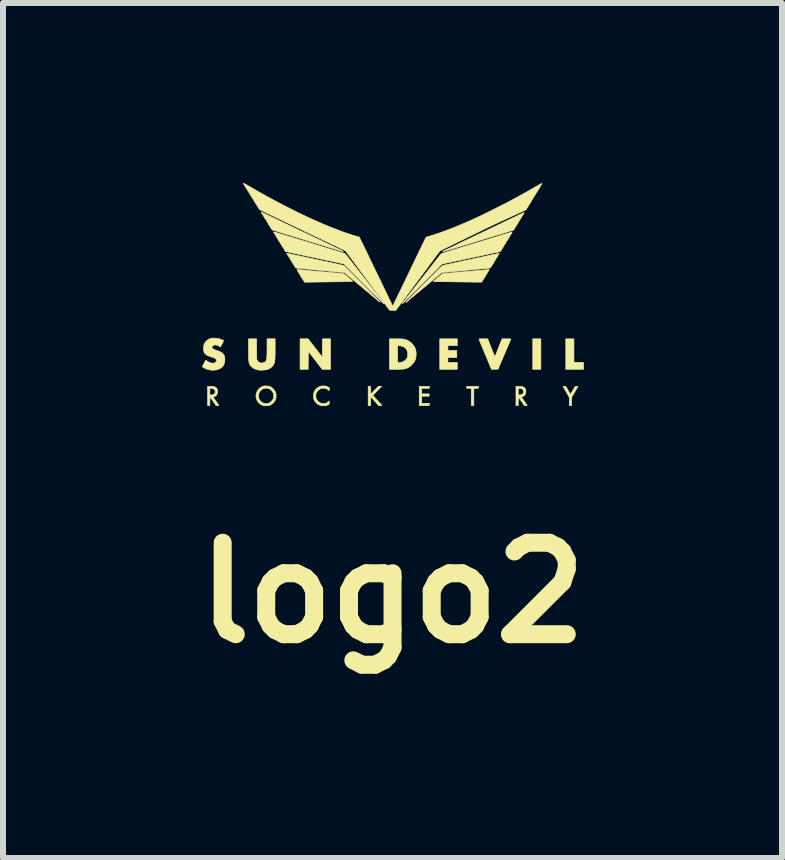
<source format=kicad_pcb>
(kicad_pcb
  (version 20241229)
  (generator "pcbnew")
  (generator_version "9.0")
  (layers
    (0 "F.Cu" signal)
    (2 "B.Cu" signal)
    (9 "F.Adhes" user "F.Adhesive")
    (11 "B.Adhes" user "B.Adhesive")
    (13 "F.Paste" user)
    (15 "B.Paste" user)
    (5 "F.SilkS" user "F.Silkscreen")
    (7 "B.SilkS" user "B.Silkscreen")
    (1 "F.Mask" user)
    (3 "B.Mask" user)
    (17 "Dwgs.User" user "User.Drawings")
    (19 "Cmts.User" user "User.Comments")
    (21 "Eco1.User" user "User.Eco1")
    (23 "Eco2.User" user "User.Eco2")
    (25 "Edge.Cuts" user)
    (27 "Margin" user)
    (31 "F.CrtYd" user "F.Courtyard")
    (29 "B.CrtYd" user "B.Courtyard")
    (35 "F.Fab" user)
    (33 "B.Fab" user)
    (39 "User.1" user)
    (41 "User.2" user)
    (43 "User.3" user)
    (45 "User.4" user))
  (footprint "logo2"
    (layer "F.Cu")
    (at 3.491 1.749)
    (property "Reference" "logo2" (at 0 5.08 0) (layer "F.SilkS") (effects (font (size 1.524 1.524) (thickness 0.3))))
    (attr through_hole)
    (fp_poly (pts (xy 2.472 1.355) (xy 2.337 1.355) (xy 2.337 0.847) (xy 2.472 0.847) (xy 2.472 1.355)) (stroke (width 0.01) (type solid)) (fill yes) (layer "F.SilkS"))
    (fp_poly (pts (xy 3.023 1.24) (xy 3.183 1.24) (xy 3.183 1.355) (xy 2.887 1.355) (xy 2.887 0.847) (xy 3.023 0.847) (xy 3.023 1.24)) (stroke (width 0.01) (type solid)) (fill yes) (layer "F.SilkS"))
    (fp_poly (pts (xy 1.431 1.672) (xy 1.355 1.672) (xy 1.355 1.96) (xy 1.312 1.96) (xy 1.312 1.672) (xy 1.236 1.672) (xy 1.236 1.638) (xy 1.431 1.638) (xy 1.431 1.672)) (stroke (width 0.01) (type solid)) (fill yes) (layer "F.SilkS"))
    (fp_poly (pts (xy 0.614 1.672) (xy 0.487 1.672) (xy 0.487 1.765) (xy 0.61 1.765) (xy 0.61 1.803) (xy 0.487 1.803) (xy 0.487 1.922) (xy 0.614 1.922) (xy 0.614 1.96) (xy 0.445 1.96) (xy 0.445 1.638) (xy 0.614 1.638) (xy 0.614 1.672)) (stroke (width 0.01) (type solid)) (fill yes) (layer "F.SilkS"))
    (fp_poly (pts (xy 1.079 0.961) (xy 0.923 0.961) (xy 0.923 1.041) (xy 1.071 1.041) (xy 1.071 1.16) (xy 0.923 1.16) (xy 0.923 1.24) (xy 1.079 1.24) (xy 1.079 1.355) (xy 0.787 1.355) (xy 0.787 0.847) (xy 1.079 0.847) (xy 1.079 0.961)) (stroke (width 0.01) (type solid)) (fill yes) (layer "F.SilkS"))
    (fp_poly (pts (xy -1.289 0.999) (xy -1.171 1.151) (xy -1.169 0.999) (xy -1.168 0.847) (xy -1.033 0.847) (xy -1.033 1.355) (xy -1.171 1.355) (xy -1.287 1.205) (xy -1.403 1.055) (xy -1.404 1.205) (xy -1.406 1.355) (xy -1.541 1.355) (xy -1.541 0.847) (xy -1.407 0.847) (xy -1.289 0.999)) (stroke (width 0.01) (type solid)) (fill yes) (layer "F.SilkS"))
    (fp_poly (pts (xy -0.364 1.767) (xy -0.235 1.638) (xy -0.18 1.638) (xy -0.255 1.713) (xy -0.329 1.789) (xy -0.254 1.871) (xy -0.234 1.893) (xy -0.215 1.913) (xy -0.2 1.931) (xy -0.188 1.944) (xy -0.181 1.953) (xy -0.178 1.957) (xy -0.182 1.958) (xy -0.192 1.96) (xy -0.204 1.96) (xy -0.231 1.96) (xy -0.294 1.888) (xy -0.313 1.867) (xy -0.329 1.849) (xy -0.343 1.834) (xy -0.354 1.823) (xy -0.36 1.817) (xy -0.361 1.816) (xy -0.362 1.82) (xy -0.363 1.831) (xy -0.364 1.848) (xy -0.364 1.869) (xy -0.364 1.888) (xy -0.364 1.96) (xy -0.406 1.96) (xy -0.406 1.638) (xy -0.364 1.638) (xy -0.364 1.767)) (stroke (width 0.01) (type solid)) (fill yes) (layer "F.SilkS"))
    (fp_poly (pts (xy 2.877 1.639) (xy 2.883 1.64) (xy 2.888 1.644) (xy 2.894 1.651) (xy 2.901 1.663) (xy 2.911 1.679) (xy 2.923 1.702) (xy 2.93 1.713) (xy 2.943 1.736) (xy 2.952 1.752) (xy 2.959 1.762) (xy 2.964 1.767) (xy 2.967 1.769) (xy 2.969 1.767) (xy 2.97 1.767) (xy 2.973 1.76) (xy 2.98 1.748) (xy 2.99 1.732) (xy 3.001 1.712) (xy 3.008 1.7) (xy 3.019 1.68) (xy 3.03 1.663) (xy 3.038 1.65) (xy 3.044 1.641) (xy 3.046 1.64) (xy 3.053 1.639) (xy 3.065 1.639) (xy 3.071 1.639) (xy 3.09 1.64) (xy 3.037 1.731) (xy 2.985 1.822) (xy 2.985 1.891) (xy 2.985 1.96) (xy 2.946 1.96) (xy 2.946 1.824) (xy 2.894 1.732) (xy 2.841 1.64) (xy 2.863 1.639) (xy 2.871 1.639) (xy 2.877 1.639)) (stroke (width 0.01) (type solid)) (fill yes) (layer "F.SilkS"))
    (fp_poly (pts (xy 1.926 0.847) (xy 1.945 0.847) (xy 1.958 0.848) (xy 1.966 0.848) (xy 1.97 0.85) (xy 1.971 0.852) (xy 1.971 0.854) (xy 1.969 0.859) (xy 1.964 0.871) (xy 1.956 0.89) (xy 1.946 0.914) (xy 1.933 0.944) (xy 1.919 0.978) (xy 1.903 1.015) (xy 1.885 1.056) (xy 1.867 1.098) (xy 1.863 1.107) (xy 1.758 1.353) (xy 1.649 1.355) (xy 1.545 1.107) (xy 1.527 1.064) (xy 1.51 1.023) (xy 1.494 0.984) (xy 1.479 0.95) (xy 1.467 0.919) (xy 1.456 0.894) (xy 1.448 0.874) (xy 1.443 0.86) (xy 1.44 0.854) (xy 1.44 0.853) (xy 1.441 0.851) (xy 1.444 0.849) (xy 1.451 0.848) (xy 1.463 0.847) (xy 1.481 0.847) (xy 1.507 0.847) (xy 1.512 0.847) (xy 1.585 0.847) (xy 1.645 0.997) (xy 1.658 1.03) (xy 1.67 1.061) (xy 1.681 1.088) (xy 1.691 1.111) (xy 1.698 1.128) (xy 1.704 1.139) (xy 1.706 1.144) (xy 1.706 1.144) (xy 1.708 1.139) (xy 1.713 1.128) (xy 1.72 1.11) (xy 1.73 1.088) (xy 1.74 1.06) (xy 1.753 1.03) (xy 1.766 0.997) (xy 1.767 0.994) (xy 1.825 0.847) (xy 1.899 0.847) (xy 1.926 0.847)) (stroke (width 0.01) (type solid)) (fill yes) (layer "F.SilkS"))
    (fp_poly (pts (xy 2.109 1.639) (xy 2.132 1.64) (xy 2.149 1.641) (xy 2.161 1.643) (xy 2.171 1.646) (xy 2.181 1.651) (xy 2.182 1.651) (xy 2.202 1.665) (xy 2.215 1.684) (xy 2.221 1.708) (xy 2.222 1.725) (xy 2.219 1.754) (xy 2.209 1.778) (xy 2.193 1.796) (xy 2.17 1.81) (xy 2.166 1.811) (xy 2.147 1.818) (xy 2.195 1.886) (xy 2.21 1.907) (xy 2.223 1.926) (xy 2.234 1.941) (xy 2.241 1.952) (xy 2.244 1.957) (xy 2.244 1.957) (xy 2.24 1.959) (xy 2.23 1.959) (xy 2.22 1.959) (xy 2.196 1.958) (xy 2.149 1.889) (xy 2.134 1.868) (xy 2.121 1.85) (xy 2.11 1.835) (xy 2.103 1.825) (xy 2.099 1.821) (xy 2.099 1.82) (xy 2.098 1.824) (xy 2.097 1.835) (xy 2.096 1.852) (xy 2.096 1.873) (xy 2.095 1.89) (xy 2.095 1.96) (xy 2.057 1.96) (xy 2.057 1.782) (xy 2.095 1.782) (xy 2.118 1.782) (xy 2.135 1.781) (xy 2.151 1.776) (xy 2.155 1.775) (xy 2.17 1.763) (xy 2.18 1.746) (xy 2.183 1.726) (xy 2.182 1.722) (xy 2.178 1.703) (xy 2.17 1.691) (xy 2.156 1.682) (xy 2.137 1.676) (xy 2.121 1.674) (xy 2.095 1.671) (xy 2.095 1.782) (xy 2.057 1.782) (xy 2.057 1.637) (xy 2.109 1.639)) (stroke (width 0.01) (type solid)) (fill yes) (layer "F.SilkS"))
    (fp_poly (pts (xy 0.056 0.847) (xy 0.096 0.847) (xy 0.129 0.848) (xy 0.157 0.849) (xy 0.179 0.851) (xy 0.199 0.855) (xy 0.216 0.859) (xy 0.233 0.865) (xy 0.25 0.873) (xy 0.257 0.876) (xy 0.293 0.899) (xy 0.326 0.928) (xy 0.353 0.962) (xy 0.375 0.999) (xy 0.387 1.035) (xy 0.39 1.052) (xy 0.393 1.074) (xy 0.394 1.097) (xy 0.394 1.102) (xy 0.391 1.145) (xy 0.384 1.182) (xy 0.37 1.216) (xy 0.349 1.248) (xy 0.321 1.279) (xy 0.32 1.281) (xy 0.292 1.306) (xy 0.266 1.324) (xy 0.258 1.328) (xy 0.243 1.336) (xy 0.228 1.341) (xy 0.214 1.346) (xy 0.199 1.349) (xy 0.181 1.352) (xy 0.159 1.353) (xy 0.132 1.354) (xy 0.099 1.355) (xy 0.065 1.355) (xy -0.051 1.355) (xy -0.051 1.241) (xy 0.085 1.241) (xy 0.121 1.24) (xy 0.141 1.238) (xy 0.157 1.235) (xy 0.171 1.23) (xy 0.185 1.223) (xy 0.212 1.205) (xy 0.233 1.182) (xy 0.246 1.155) (xy 0.253 1.122) (xy 0.254 1.103) (xy 0.25 1.068) (xy 0.24 1.037) (xy 0.223 1.01) (xy 0.2 0.989) (xy 0.196 0.986) (xy 0.18 0.977) (xy 0.164 0.971) (xy 0.145 0.966) (xy 0.121 0.963) (xy 0.115 0.963) (xy 0.085 0.96) (xy 0.085 1.241) (xy -0.051 1.241) (xy -0.051 0.847) (xy 0.056 0.847)) (stroke (width 0.01) (type solid)) (fill yes) (layer "F.SilkS"))
    (fp_poly (pts (xy -2.264 1.017) (xy -2.263 1.188) (xy -2.252 1.208) (xy -2.238 1.228) (xy -2.219 1.241) (xy -2.195 1.248) (xy -2.178 1.249) (xy -2.158 1.247) (xy -2.142 1.242) (xy -2.136 1.239) (xy -2.126 1.233) (xy -2.118 1.226) (xy -2.111 1.217) (xy -2.105 1.207) (xy -2.101 1.193) (xy -2.097 1.176) (xy -2.095 1.154) (xy -2.093 1.126) (xy -2.092 1.093) (xy -2.092 1.053) (xy -2.091 1.005) (xy -2.091 0.998) (xy -2.091 0.847) (xy -1.956 0.847) (xy -1.956 1.004) (xy -1.956 1.055) (xy -1.956 1.099) (xy -1.957 1.135) (xy -1.958 1.166) (xy -1.96 1.191) (xy -1.962 1.212) (xy -1.965 1.229) (xy -1.968 1.244) (xy -1.972 1.257) (xy -1.973 1.259) (xy -1.988 1.287) (xy -2.009 1.312) (xy -2.036 1.334) (xy -2.068 1.351) (xy -2.097 1.361) (xy -2.118 1.365) (xy -2.144 1.368) (xy -2.172 1.369) (xy -2.199 1.37) (xy -2.222 1.368) (xy -2.227 1.368) (xy -2.269 1.358) (xy -2.307 1.343) (xy -2.338 1.323) (xy -2.364 1.298) (xy -2.382 1.268) (xy -2.383 1.265) (xy -2.387 1.255) (xy -2.391 1.244) (xy -2.393 1.231) (xy -2.395 1.216) (xy -2.397 1.197) (xy -2.398 1.173) (xy -2.399 1.145) (xy -2.4 1.111) (xy -2.4 1.069) (xy -2.4 1.021) (xy -2.4 1.019) (xy -2.4 0.847) (xy -2.265 0.847) (xy -2.264 1.017)) (stroke (width 0.01) (type solid)) (fill yes) (layer "F.SilkS"))
    (fp_poly (pts (xy -3 1.64) (xy -2.971 1.645) (xy -2.949 1.654) (xy -2.933 1.668) (xy -2.922 1.685) (xy -2.917 1.702) (xy -2.915 1.73) (xy -2.919 1.756) (xy -2.929 1.779) (xy -2.945 1.798) (xy -2.966 1.81) (xy -2.977 1.814) (xy -2.985 1.817) (xy -2.989 1.819) (xy -2.986 1.823) (xy -2.98 1.833) (xy -2.97 1.847) (xy -2.957 1.865) (xy -2.943 1.885) (xy -2.943 1.885) (xy -2.928 1.906) (xy -2.915 1.924) (xy -2.905 1.939) (xy -2.897 1.95) (xy -2.894 1.955) (xy -2.894 1.958) (xy -2.901 1.959) (xy -2.914 1.96) (xy -2.916 1.96) (xy -2.94 1.96) (xy -2.988 1.89) (xy -3.003 1.869) (xy -3.017 1.85) (xy -3.028 1.835) (xy -3.036 1.825) (xy -3.04 1.82) (xy -3.04 1.82) (xy -3.041 1.824) (xy -3.042 1.835) (xy -3.043 1.852) (xy -3.044 1.873) (xy -3.044 1.89) (xy -3.044 1.96) (xy -3.082 1.96) (xy -3.082 1.782) (xy -3.044 1.782) (xy -3.023 1.782) (xy -3.006 1.781) (xy -2.989 1.777) (xy -2.984 1.775) (xy -2.969 1.765) (xy -2.959 1.751) (xy -2.954 1.734) (xy -2.956 1.717) (xy -2.963 1.7) (xy -2.974 1.687) (xy -2.991 1.678) (xy -2.993 1.678) (xy -3.009 1.675) (xy -3.025 1.673) (xy -3.028 1.673) (xy -3.044 1.672) (xy -3.044 1.782) (xy -3.082 1.782) (xy -3.082 1.638) (xy -3.035 1.638) (xy -3 1.64)) (stroke (width 0.01) (type solid)) (fill yes) (layer "F.SilkS"))
    (fp_poly (pts (xy -1.129 1.633) (xy -1.115 1.634) (xy -1.103 1.637) (xy -1.09 1.643) (xy -1.082 1.646) (xy -1.054 1.66) (xy -1.054 1.685) (xy -1.055 1.701) (xy -1.057 1.708) (xy -1.061 1.709) (xy -1.068 1.703) (xy -1.069 1.701) (xy -1.084 1.69) (xy -1.104 1.679) (xy -1.127 1.672) (xy -1.145 1.669) (xy -1.175 1.671) (xy -1.204 1.68) (xy -1.23 1.697) (xy -1.252 1.719) (xy -1.268 1.746) (xy -1.269 1.747) (xy -1.274 1.761) (xy -1.277 1.773) (xy -1.278 1.787) (xy -1.278 1.803) (xy -1.275 1.829) (xy -1.268 1.85) (xy -1.257 1.869) (xy -1.246 1.883) (xy -1.224 1.904) (xy -1.201 1.917) (xy -1.173 1.924) (xy -1.162 1.925) (xy -1.133 1.925) (xy -1.109 1.919) (xy -1.085 1.907) (xy -1.073 1.898) (xy -1.054 1.884) (xy -1.055 1.91) (xy -1.056 1.937) (xy -1.081 1.949) (xy -1.095 1.956) (xy -1.107 1.96) (xy -1.122 1.962) (xy -1.141 1.963) (xy -1.144 1.963) (xy -1.169 1.963) (xy -1.189 1.961) (xy -1.2 1.959) (xy -1.236 1.943) (xy -1.267 1.92) (xy -1.291 1.892) (xy -1.306 1.867) (xy -1.312 1.852) (xy -1.316 1.839) (xy -1.318 1.826) (xy -1.319 1.808) (xy -1.319 1.801) (xy -1.316 1.763) (xy -1.306 1.73) (xy -1.289 1.7) (xy -1.265 1.674) (xy -1.251 1.663) (xy -1.228 1.648) (xy -1.205 1.638) (xy -1.179 1.633) (xy -1.149 1.632) (xy -1.129 1.633)) (stroke (width 0.01) (type solid)) (fill yes) (layer "F.SilkS"))
    (fp_poly (pts (xy -1.574 -0.308) (xy -1.563 -0.306) (xy -1.545 -0.305) (xy -1.524 -0.303) (xy -1.501 -0.301) (xy -1.499 -0.301) (xy -1.473 -0.299) (xy -1.446 -0.296) (xy -1.422 -0.294) (xy -1.403 -0.292) (xy -1.383 -0.29) (xy -1.358 -0.287) (xy -1.331 -0.285) (xy -1.312 -0.284) (xy -1.277 -0.281) (xy -1.234 -0.277) (xy -1.185 -0.273) (xy -1.131 -0.268) (xy -1.073 -0.263) (xy -1.046 -0.261) (xy -1.016 -0.258) (xy -0.982 -0.255) (xy -0.946 -0.252) (xy -0.912 -0.249) (xy -0.899 -0.248) (xy -0.873 -0.245) (xy -0.851 -0.243) (xy -0.832 -0.241) (xy -0.819 -0.239) (xy -0.813 -0.238) (xy -0.81 -0.236) (xy -0.805 -0.233) (xy -0.798 -0.228) (xy -0.787 -0.219) (xy -0.773 -0.207) (xy -0.754 -0.191) (xy -0.741 -0.18) (xy -0.728 -0.169) (xy -0.712 -0.155) (xy -0.695 -0.141) (xy -0.693 -0.14) (xy -0.68 -0.129) (xy -0.67 -0.119) (xy -0.665 -0.113) (xy -0.665 -0.112) (xy -0.668 -0.111) (xy -0.678 -0.109) (xy -0.695 -0.108) (xy -0.719 -0.107) (xy -0.75 -0.106) (xy -0.789 -0.106) (xy -0.837 -0.105) (xy -0.863 -0.104) (xy -0.912 -0.104) (xy -0.968 -0.103) (xy -1.028 -0.102) (xy -1.089 -0.101) (xy -1.15 -0.1) (xy -1.207 -0.1) (xy -1.258 -0.099) (xy -1.262 -0.099) (xy -1.463 -0.096) (xy -1.471 -0.106) (xy -1.476 -0.114) (xy -1.485 -0.128) (xy -1.494 -0.143) (xy -1.498 -0.148) (xy -1.507 -0.163) (xy -1.515 -0.174) (xy -1.52 -0.18) (xy -1.521 -0.181) (xy -1.524 -0.186) (xy -1.524 -0.187) (xy -1.526 -0.192) (xy -1.532 -0.202) (xy -1.541 -0.217) (xy -1.552 -0.235) (xy -1.558 -0.245) (xy -1.57 -0.265) (xy -1.58 -0.282) (xy -1.587 -0.295) (xy -1.591 -0.303) (xy -1.592 -0.305) (xy -1.589 -0.308) (xy -1.579 -0.308) (xy -1.574 -0.308)) (stroke (width 0.01) (type solid)) (fill yes) (layer "F.SilkS"))
    (fp_poly (pts (xy -2.085 1.633) (xy -2.068 1.635) (xy -2.052 1.639) (xy -2.043 1.642) (xy -2.017 1.656) (xy -1.992 1.677) (xy -1.97 1.702) (xy -1.955 1.726) (xy -1.949 1.74) (xy -1.945 1.751) (xy -1.942 1.762) (xy -1.941 1.776) (xy -1.941 1.795) (xy -1.941 1.799) (xy -1.941 1.82) (xy -1.942 1.835) (xy -1.945 1.847) (xy -1.948 1.858) (xy -1.954 1.869) (xy -1.971 1.897) (xy -1.994 1.922) (xy -2.021 1.942) (xy -2.034 1.949) (xy -2.048 1.956) (xy -2.061 1.959) (xy -2.077 1.962) (xy -2.097 1.963) (xy -2.1 1.963) (xy -2.127 1.963) (xy -2.149 1.961) (xy -2.158 1.958) (xy -2.192 1.943) (xy -2.222 1.92) (xy -2.232 1.909) (xy -2.254 1.881) (xy -2.268 1.85) (xy -2.275 1.817) (xy -2.275 1.79) (xy -2.234 1.79) (xy -2.232 1.822) (xy -2.223 1.852) (xy -2.206 1.879) (xy -2.183 1.901) (xy -2.162 1.913) (xy -2.148 1.92) (xy -2.137 1.924) (xy -2.125 1.926) (xy -2.11 1.926) (xy -2.101 1.925) (xy -2.081 1.924) (xy -2.067 1.921) (xy -2.054 1.916) (xy -2.048 1.912) (xy -2.025 1.895) (xy -2.004 1.872) (xy -1.989 1.848) (xy -1.988 1.846) (xy -1.981 1.82) (xy -1.979 1.792) (xy -1.984 1.763) (xy -1.991 1.743) (xy -2.009 1.715) (xy -2.032 1.693) (xy -2.059 1.678) (xy -2.089 1.67) (xy -2.121 1.67) (xy -2.144 1.674) (xy -2.167 1.684) (xy -2.189 1.7) (xy -2.208 1.72) (xy -2.222 1.742) (xy -2.228 1.757) (xy -2.234 1.79) (xy -2.275 1.79) (xy -2.275 1.783) (xy -2.268 1.75) (xy -2.255 1.719) (xy -2.236 1.691) (xy -2.211 1.667) (xy -2.18 1.647) (xy -2.177 1.646) (xy -2.162 1.639) (xy -2.15 1.635) (xy -2.138 1.633) (xy -2.121 1.632) (xy -2.108 1.632) (xy -2.085 1.633)) (stroke (width 0.01) (type solid)) (fill yes) (layer "F.SilkS"))
    (fp_poly (pts (xy 1.61 -0.308) (xy 1.611 -0.308) (xy 1.61 -0.304) (xy 1.605 -0.294) (xy 1.597 -0.28) (xy 1.587 -0.263) (xy 1.586 -0.261) (xy 1.575 -0.244) (xy 1.566 -0.229) (xy 1.56 -0.218) (xy 1.558 -0.212) (xy 1.558 -0.212) (xy 1.555 -0.208) (xy 1.554 -0.207) (xy 1.55 -0.204) (xy 1.549 -0.203) (xy 1.547 -0.197) (xy 1.541 -0.187) (xy 1.537 -0.181) (xy 1.529 -0.169) (xy 1.519 -0.152) (xy 1.508 -0.135) (xy 1.505 -0.13) (xy 1.485 -0.097) (xy 1.362 -0.098) (xy 1.328 -0.098) (xy 1.288 -0.099) (xy 1.243 -0.099) (xy 1.196 -0.1) (xy 1.148 -0.101) (xy 1.101 -0.101) (xy 1.065 -0.102) (xy 1.022 -0.102) (xy 0.977 -0.103) (xy 0.932 -0.104) (xy 0.888 -0.104) (xy 0.848 -0.105) (xy 0.813 -0.105) (xy 0.786 -0.105) (xy 0.753 -0.105) (xy 0.728 -0.106) (xy 0.709 -0.106) (xy 0.696 -0.107) (xy 0.688 -0.108) (xy 0.683 -0.11) (xy 0.682 -0.112) (xy 0.682 -0.112) (xy 0.684 -0.118) (xy 0.685 -0.119) (xy 0.69 -0.121) (xy 0.7 -0.129) (xy 0.714 -0.14) (xy 0.732 -0.155) (xy 0.753 -0.172) (xy 0.775 -0.191) (xy 0.798 -0.211) (xy 0.805 -0.217) (xy 0.818 -0.227) (xy 0.828 -0.235) (xy 0.834 -0.238) (xy 0.841 -0.239) (xy 0.855 -0.241) (xy 0.874 -0.243) (xy 0.897 -0.246) (xy 0.918 -0.247) (xy 0.95 -0.25) (xy 0.985 -0.253) (xy 1.022 -0.257) (xy 1.055 -0.259) (xy 1.065 -0.26) (xy 1.134 -0.267) (xy 1.196 -0.272) (xy 1.251 -0.277) (xy 1.298 -0.281) (xy 1.336 -0.284) (xy 1.36 -0.286) (xy 1.386 -0.288) (xy 1.409 -0.29) (xy 1.425 -0.292) (xy 1.446 -0.294) (xy 1.471 -0.296) (xy 1.494 -0.298) (xy 1.496 -0.298) (xy 1.52 -0.3) (xy 1.546 -0.303) (xy 1.57 -0.305) (xy 1.572 -0.305) (xy 1.589 -0.307) (xy 1.602 -0.308) (xy 1.61 -0.308)) (stroke (width 0.01) (type solid)) (fill yes) (layer "F.SilkS"))
    (fp_poly (pts (xy -2.941 0.837) (xy -2.915 0.84) (xy -2.893 0.844) (xy -2.872 0.851) (xy -2.852 0.858) (xy -2.835 0.865) (xy -2.822 0.872) (xy -2.816 0.877) (xy -2.815 0.879) (xy -2.817 0.884) (xy -2.822 0.896) (xy -2.83 0.912) (xy -2.839 0.93) (xy -2.841 0.933) (xy -2.867 0.983) (xy -2.878 0.975) (xy -2.906 0.96) (xy -2.933 0.951) (xy -2.958 0.949) (xy -2.98 0.953) (xy -2.994 0.962) (xy -3.003 0.972) (xy -3.008 0.983) (xy -3.008 0.983) (xy -3.009 0.992) (xy -3.005 1) (xy -2.997 1.009) (xy -2.988 1.016) (xy -2.976 1.023) (xy -2.959 1.03) (xy -2.937 1.038) (xy -2.934 1.039) (xy -2.901 1.05) (xy -2.875 1.061) (xy -2.854 1.072) (xy -2.837 1.084) (xy -2.825 1.095) (xy -2.811 1.113) (xy -2.801 1.133) (xy -2.796 1.159) (xy -2.794 1.189) (xy -2.797 1.231) (xy -2.806 1.266) (xy -2.822 1.297) (xy -2.844 1.322) (xy -2.873 1.342) (xy -2.909 1.358) (xy -2.911 1.358) (xy -2.933 1.364) (xy -2.961 1.368) (xy -2.991 1.37) (xy -3.019 1.369) (xy -3.036 1.367) (xy -3.053 1.364) (xy -3.074 1.359) (xy -3.087 1.355) (xy -3.102 1.349) (xy -3.119 1.341) (xy -3.136 1.333) (xy -3.152 1.325) (xy -3.163 1.317) (xy -3.168 1.313) (xy -3.167 1.308) (xy -3.163 1.298) (xy -3.156 1.284) (xy -3.148 1.267) (xy -3.139 1.249) (xy -3.13 1.232) (xy -3.122 1.218) (xy -3.116 1.207) (xy -3.113 1.203) (xy -3.11 1.205) (xy -3.101 1.21) (xy -3.092 1.216) (xy -3.066 1.233) (xy -3.044 1.244) (xy -3.022 1.25) (xy -3.005 1.252) (xy -2.986 1.253) (xy -2.971 1.25) (xy -2.962 1.247) (xy -2.946 1.236) (xy -2.937 1.222) (xy -2.934 1.206) (xy -2.939 1.191) (xy -2.944 1.184) (xy -2.952 1.177) (xy -2.961 1.17) (xy -2.973 1.164) (xy -2.99 1.158) (xy -3.014 1.15) (xy -3.023 1.147) (xy -3.057 1.136) (xy -3.084 1.124) (xy -3.105 1.112) (xy -3.121 1.098) (xy -3.134 1.081) (xy -3.138 1.074) (xy -3.142 1.065) (xy -3.145 1.055) (xy -3.147 1.043) (xy -3.147 1.026) (xy -3.147 1.008) (xy -3.147 0.984) (xy -3.146 0.967) (xy -3.144 0.954) (xy -3.14 0.942) (xy -3.138 0.935) (xy -3.121 0.904) (xy -3.097 0.878) (xy -3.067 0.857) (xy -3.057 0.852) (xy -3.044 0.845) (xy -3.033 0.841) (xy -3.022 0.838) (xy -3.011 0.837) (xy -2.995 0.836) (xy -2.974 0.836) (xy -2.941 0.837)) (stroke (width 0.01) (type solid)) (fill yes) (layer "F.SilkS"))
    (fp_poly (pts (xy -2.183 -1.264) (xy -2.172 -1.259) (xy -2.156 -1.252) (xy -2.136 -1.242) (xy -2.113 -1.231) (xy -2.105 -1.227) (xy -2.079 -1.214) (xy -2.052 -1.202) (xy -2.028 -1.19) (xy -2.007 -1.18) (xy -1.992 -1.173) (xy -1.992 -1.173) (xy -1.975 -1.165) (xy -1.953 -1.154) (xy -1.929 -1.143) (xy -1.905 -1.131) (xy -1.901 -1.129) (xy -1.872 -1.115) (xy -1.844 -1.102) (xy -1.814 -1.088) (xy -1.782 -1.072) (xy -1.744 -1.055) (xy -1.717 -1.041) (xy -1.695 -1.031) (xy -1.67 -1.019) (xy -1.643 -1.006) (xy -1.623 -0.997) (xy -1.581 -0.976) (xy -1.534 -0.954) (xy -1.486 -0.931) (xy -1.441 -0.91) (xy -1.429 -0.904) (xy -1.41 -0.895) (xy -1.386 -0.884) (xy -1.361 -0.872) (xy -1.337 -0.86) (xy -1.336 -0.859) (xy -1.312 -0.848) (xy -1.286 -0.836) (xy -1.263 -0.824) (xy -1.243 -0.815) (xy -1.242 -0.815) (xy -1.223 -0.806) (xy -1.2 -0.795) (xy -1.174 -0.783) (xy -1.151 -0.771) (xy -1.106 -0.75) (xy -1.068 -0.731) (xy -1.036 -0.716) (xy -1.009 -0.703) (xy -0.987 -0.692) (xy -0.968 -0.683) (xy -0.952 -0.676) (xy -0.944 -0.672) (xy -0.907 -0.655) (xy -0.878 -0.641) (xy -0.855 -0.63) (xy -0.839 -0.621) (xy -0.828 -0.615) (xy -0.822 -0.611) (xy -0.821 -0.609) (xy -0.825 -0.606) (xy -0.834 -0.607) (xy -0.84 -0.609) (xy -0.848 -0.612) (xy -0.862 -0.617) (xy -0.878 -0.622) (xy -0.881 -0.622) (xy -0.899 -0.628) (xy -0.916 -0.633) (xy -0.929 -0.637) (xy -0.929 -0.637) (xy -0.943 -0.641) (xy -0.96 -0.647) (xy -0.972 -0.65) (xy -0.989 -0.655) (xy -1.01 -0.662) (xy -1.027 -0.667) (xy -1.044 -0.672) (xy -1.066 -0.679) (xy -1.089 -0.686) (xy -1.101 -0.69) (xy -1.129 -0.699) (xy -1.159 -0.708) (xy -1.188 -0.716) (xy -1.214 -0.724) (xy -1.237 -0.731) (xy -1.254 -0.737) (xy -1.259 -0.739) (xy -1.272 -0.743) (xy -1.289 -0.748) (xy -1.307 -0.753) (xy -1.308 -0.754) (xy -1.327 -0.759) (xy -1.347 -0.765) (xy -1.363 -0.77) (xy -1.381 -0.776) (xy -1.401 -0.782) (xy -1.412 -0.785) (xy -1.438 -0.793) (xy -1.466 -0.802) (xy -1.493 -0.81) (xy -1.509 -0.815) (xy -1.521 -0.819) (xy -1.54 -0.825) (xy -1.565 -0.833) (xy -1.594 -0.842) (xy -1.627 -0.852) (xy -1.662 -0.862) (xy -1.687 -0.87) (xy -1.707 -0.876) (xy -1.726 -0.882) (xy -1.74 -0.886) (xy -1.748 -0.889) (xy -1.748 -0.889) (xy -1.758 -0.892) (xy -1.772 -0.896) (xy -1.789 -0.901) (xy -1.791 -0.902) (xy -1.809 -0.907) (xy -1.826 -0.912) (xy -1.839 -0.916) (xy -1.839 -0.917) (xy -1.854 -0.921) (xy -1.874 -0.927) (xy -1.896 -0.934) (xy -1.92 -0.942) (xy -1.942 -0.949) (xy -1.962 -0.955) (xy -1.977 -0.959) (xy -1.983 -0.961) (xy -1.994 -0.964) (xy -2.002 -0.967) (xy -2.009 -0.973) (xy -2.016 -0.982) (xy -2.025 -0.997) (xy -2.027 -1.001) (xy -2.039 -1.02) (xy -2.047 -1.033) (xy -2.052 -1.042) (xy -2.055 -1.047) (xy -2.058 -1.05) (xy -2.061 -1.053) (xy -2.061 -1.054) (xy -2.067 -1.062) (xy -2.073 -1.073) (xy -2.079 -1.085) (xy -2.088 -1.1) (xy -2.098 -1.117) (xy -2.108 -1.133) (xy -2.118 -1.148) (xy -2.126 -1.158) (xy -2.13 -1.163) (xy -2.13 -1.163) (xy -2.134 -1.168) (xy -2.134 -1.169) (xy -2.136 -1.175) (xy -2.141 -1.185) (xy -2.15 -1.199) (xy -2.159 -1.214) (xy -2.168 -1.229) (xy -2.177 -1.241) (xy -2.183 -1.25) (xy -2.185 -1.252) (xy -2.188 -1.256) (xy -2.189 -1.263) (xy -2.187 -1.266) (xy -2.187 -1.266) (xy -2.183 -1.264)) (stroke (width 0.01) (type solid)) (fill yes) (layer "F.SilkS"))
    (fp_poly (pts (xy 2.193 -1.254) (xy 2.19 -1.247) (xy 2.183 -1.236) (xy 2.183 -1.235) (xy 2.175 -1.223) (xy 2.17 -1.213) (xy 2.17 -1.212) (xy 2.166 -1.204) (xy 2.163 -1.202) (xy 2.159 -1.199) (xy 2.159 -1.196) (xy 2.157 -1.19) (xy 2.156 -1.19) (xy 2.152 -1.186) (xy 2.146 -1.177) (xy 2.14 -1.167) (xy 2.132 -1.152) (xy 2.121 -1.134) (xy 2.11 -1.117) (xy 2.109 -1.115) (xy 2.098 -1.098) (xy 2.087 -1.079) (xy 2.078 -1.063) (xy 2.077 -1.063) (xy 2.068 -1.046) (xy 2.056 -1.027) (xy 2.048 -1.015) (xy 2.039 -1.002) (xy 2.033 -0.99) (xy 2.029 -0.983) (xy 2.023 -0.973) (xy 2.015 -0.965) (xy 2.008 -0.961) (xy 2.008 -0.961) (xy 2.002 -0.96) (xy 1.99 -0.956) (xy 1.974 -0.951) (xy 1.954 -0.945) (xy 1.949 -0.944) (xy 1.927 -0.937) (xy 1.906 -0.93) (xy 1.888 -0.925) (xy 1.876 -0.921) (xy 1.875 -0.921) (xy 1.859 -0.916) (xy 1.841 -0.911) (xy 1.834 -0.908) (xy 1.787 -0.894) (xy 1.749 -0.883) (xy 1.738 -0.879) (xy 1.719 -0.874) (xy 1.694 -0.866) (xy 1.665 -0.857) (xy 1.631 -0.847) (xy 1.596 -0.836) (xy 1.558 -0.824) (xy 1.543 -0.819) (xy 1.518 -0.812) (xy 1.49 -0.803) (xy 1.463 -0.795) (xy 1.452 -0.791) (xy 1.428 -0.784) (xy 1.401 -0.776) (xy 1.377 -0.768) (xy 1.367 -0.765) (xy 1.348 -0.759) (xy 1.331 -0.754) (xy 1.317 -0.75) (xy 1.312 -0.748) (xy 1.298 -0.744) (xy 1.282 -0.739) (xy 1.281 -0.739) (xy 1.266 -0.734) (xy 1.249 -0.729) (xy 1.242 -0.727) (xy 1.227 -0.722) (xy 1.204 -0.715) (xy 1.175 -0.706) (xy 1.142 -0.696) (xy 1.105 -0.685) (xy 1.066 -0.673) (xy 1.065 -0.672) (xy 1.042 -0.665) (xy 1.021 -0.659) (xy 1.002 -0.653) (xy 0.989 -0.649) (xy 0.988 -0.649) (xy 0.972 -0.644) (xy 0.956 -0.639) (xy 0.95 -0.637) (xy 0.938 -0.633) (xy 0.921 -0.628) (xy 0.902 -0.623) (xy 0.902 -0.622) (xy 0.885 -0.617) (xy 0.871 -0.613) (xy 0.861 -0.61) (xy 0.86 -0.609) (xy 0.849 -0.606) (xy 0.841 -0.606) (xy 0.838 -0.609) (xy 0.842 -0.612) (xy 0.851 -0.618) (xy 0.865 -0.625) (xy 0.875 -0.63) (xy 0.889 -0.636) (xy 0.905 -0.644) (xy 0.924 -0.653) (xy 0.948 -0.664) (xy 0.976 -0.677) (xy 1.009 -0.693) (xy 1.049 -0.712) (xy 1.082 -0.728) (xy 1.098 -0.736) (xy 1.12 -0.747) (xy 1.146 -0.759) (xy 1.172 -0.772) (xy 1.193 -0.782) (xy 1.216 -0.793) (xy 1.236 -0.802) (xy 1.252 -0.81) (xy 1.263 -0.815) (xy 1.268 -0.817) (xy 1.268 -0.817) (xy 1.272 -0.819) (xy 1.283 -0.824) (xy 1.299 -0.831) (xy 1.319 -0.841) (xy 1.343 -0.853) (xy 1.361 -0.861) (xy 1.387 -0.874) (xy 1.409 -0.885) (xy 1.429 -0.894) (xy 1.443 -0.901) (xy 1.452 -0.905) (xy 1.454 -0.906) (xy 1.458 -0.908) (xy 1.468 -0.913) (xy 1.484 -0.92) (xy 1.504 -0.93) (xy 1.527 -0.941) (xy 1.533 -0.943) (xy 1.56 -0.956) (xy 1.587 -0.969) (xy 1.612 -0.981) (xy 1.634 -0.992) (xy 1.649 -0.999) (xy 1.664 -1.006) (xy 1.685 -1.016) (xy 1.712 -1.029) (xy 1.743 -1.044) (xy 1.777 -1.06) (xy 1.814 -1.078) (xy 1.851 -1.096) (xy 1.889 -1.113) (xy 1.925 -1.131) (xy 1.926 -1.131) (xy 1.943 -1.14) (xy 1.965 -1.15) (xy 1.99 -1.162) (xy 2.015 -1.174) (xy 2.024 -1.178) (xy 2.065 -1.198) (xy 2.102 -1.216) (xy 2.133 -1.23) (xy 2.157 -1.242) (xy 2.176 -1.25) (xy 2.187 -1.256) (xy 2.191 -1.257) (xy 2.193 -1.254)) (stroke (width 0.01) (type solid)) (fill yes) (layer "F.SilkS"))
    (fp_poly (pts (xy -1.748 -0.577) (xy -1.732 -0.574) (xy -1.72 -0.572) (xy -1.685 -0.564) (xy -1.655 -0.557) (xy -1.628 -0.551) (xy -1.601 -0.546) (xy -1.594 -0.544) (xy -1.577 -0.541) (xy -1.562 -0.538) (xy -1.553 -0.535) (xy -1.552 -0.535) (xy -1.539 -0.532) (xy -1.521 -0.528) (xy -1.498 -0.523) (xy -1.473 -0.518) (xy -1.449 -0.513) (xy -1.427 -0.508) (xy -1.409 -0.504) (xy -1.399 -0.502) (xy -1.367 -0.495) (xy -1.343 -0.49) (xy -1.323 -0.486) (xy -1.308 -0.482) (xy -1.295 -0.48) (xy -1.284 -0.477) (xy -1.278 -0.476) (xy -1.26 -0.472) (xy -1.238 -0.467) (xy -1.218 -0.464) (xy -1.202 -0.46) (xy -1.189 -0.458) (xy -1.182 -0.456) (xy -1.181 -0.455) (xy -1.176 -0.454) (xy -1.165 -0.451) (xy -1.155 -0.449) (xy -1.141 -0.447) (xy -1.12 -0.442) (xy -1.093 -0.437) (xy -1.063 -0.43) (xy -1.031 -0.423) (xy -1.014 -0.419) (xy -1.001 -0.416) (xy -0.984 -0.413) (xy -0.965 -0.409) (xy -0.963 -0.408) (xy -0.941 -0.404) (xy -0.916 -0.398) (xy -0.895 -0.394) (xy -0.875 -0.389) (xy -0.853 -0.385) (xy -0.836 -0.381) (xy -0.835 -0.381) (xy -0.809 -0.375) (xy -0.506 -0.072) (xy -0.464 -0.03) (xy -0.423 0.011) (xy -0.385 0.049) (xy -0.349 0.085) (xy -0.317 0.119) (xy -0.287 0.148) (xy -0.262 0.175) (xy -0.24 0.197) (xy -0.224 0.214) (xy -0.212 0.227) (xy -0.205 0.235) (xy -0.204 0.236) (xy -0.207 0.236) (xy -0.216 0.231) (xy -0.227 0.223) (xy -0.229 0.221) (xy -0.245 0.208) (xy -0.261 0.194) (xy -0.273 0.184) (xy -0.3 0.161) (xy -0.323 0.143) (xy -0.343 0.126) (xy -0.362 0.11) (xy -0.382 0.093) (xy -0.39 0.086) (xy -0.405 0.074) (xy -0.421 0.06) (xy -0.43 0.053) (xy -0.445 0.041) (xy -0.46 0.028) (xy -0.468 0.021) (xy -0.481 0.01) (xy -0.497 -0.003) (xy -0.506 -0.011) (xy -0.521 -0.023) (xy -0.536 -0.036) (xy -0.544 -0.042) (xy -0.554 -0.051) (xy -0.569 -0.063) (xy -0.587 -0.077) (xy -0.605 -0.092) (xy -0.605 -0.093) (xy -0.626 -0.11) (xy -0.648 -0.129) (xy -0.669 -0.146) (xy -0.684 -0.159) (xy -0.702 -0.174) (xy -0.724 -0.193) (xy -0.746 -0.211) (xy -0.759 -0.222) (xy -0.8 -0.256) (xy -0.854 -0.261) (xy -0.878 -0.263) (xy -0.907 -0.266) (xy -0.938 -0.268) (xy -0.969 -0.271) (xy -0.982 -0.272) (xy -1.008 -0.275) (xy -1.031 -0.277) (xy -1.052 -0.279) (xy -1.067 -0.281) (xy -1.073 -0.281) (xy -1.084 -0.283) (xy -1.101 -0.284) (xy -1.122 -0.286) (xy -1.141 -0.288) (xy -1.157 -0.289) (xy -1.174 -0.291) (xy -1.192 -0.292) (xy -1.213 -0.294) (xy -1.237 -0.296) (xy -1.266 -0.299) (xy -1.301 -0.302) (xy -1.342 -0.306) (xy -1.39 -0.311) (xy -1.393 -0.311) (xy -1.423 -0.314) (xy -1.458 -0.317) (xy -1.492 -0.321) (xy -1.523 -0.323) (xy -1.529 -0.324) (xy -1.552 -0.326) (xy -1.573 -0.328) (xy -1.591 -0.33) (xy -1.602 -0.332) (xy -1.605 -0.332) (xy -1.613 -0.337) (xy -1.623 -0.348) (xy -1.634 -0.365) (xy -1.645 -0.385) (xy -1.653 -0.399) (xy -1.659 -0.408) (xy -1.662 -0.413) (xy -1.664 -0.415) (xy -1.669 -0.422) (xy -1.676 -0.433) (xy -1.679 -0.441) (xy -1.683 -0.448) (xy -1.685 -0.449) (xy -1.689 -0.452) (xy -1.693 -0.46) (xy -1.698 -0.471) (xy -1.706 -0.484) (xy -1.71 -0.491) (xy -1.72 -0.507) (xy -1.73 -0.524) (xy -1.734 -0.53) (xy -1.741 -0.541) (xy -1.747 -0.549) (xy -1.749 -0.55) (xy -1.752 -0.554) (xy -1.753 -0.556) (xy -1.755 -0.564) (xy -1.759 -0.569) (xy -1.764 -0.576) (xy -1.764 -0.579) (xy -1.759 -0.579) (xy -1.748 -0.577)) (stroke (width 0.01) (type solid)) (fill yes) (layer "F.SilkS"))
    (fp_poly (pts (xy 1.776 -0.578) (xy 1.778 -0.575) (xy 1.778 -0.574) (xy 1.776 -0.568) (xy 1.774 -0.567) (xy 1.77 -0.564) (xy 1.768 -0.56) (xy 1.765 -0.554) (xy 1.758 -0.542) (xy 1.748 -0.526) (xy 1.737 -0.508) (xy 1.736 -0.506) (xy 1.724 -0.488) (xy 1.714 -0.471) (xy 1.706 -0.458) (xy 1.702 -0.451) (xy 1.702 -0.45) (xy 1.698 -0.443) (xy 1.691 -0.43) (xy 1.682 -0.415) (xy 1.679 -0.411) (xy 1.67 -0.397) (xy 1.663 -0.385) (xy 1.66 -0.378) (xy 1.659 -0.377) (xy 1.657 -0.373) (xy 1.656 -0.373) (xy 1.652 -0.369) (xy 1.647 -0.36) (xy 1.644 -0.356) (xy 1.638 -0.345) (xy 1.631 -0.336) (xy 1.629 -0.335) (xy 1.622 -0.333) (xy 1.609 -0.331) (xy 1.59 -0.328) (xy 1.568 -0.326) (xy 1.551 -0.324) (xy 1.52 -0.321) (xy 1.485 -0.318) (xy 1.45 -0.315) (xy 1.418 -0.312) (xy 1.412 -0.311) (xy 1.35 -0.305) (xy 1.294 -0.3) (xy 1.243 -0.295) (xy 1.194 -0.29) (xy 1.145 -0.286) (xy 1.094 -0.281) (xy 1.039 -0.276) (xy 1.008 -0.273) (xy 0.981 -0.271) (xy 0.954 -0.268) (xy 0.929 -0.266) (xy 0.909 -0.263) (xy 0.902 -0.263) (xy 0.882 -0.261) (xy 0.862 -0.259) (xy 0.846 -0.258) (xy 0.844 -0.258) (xy 0.834 -0.258) (xy 0.826 -0.256) (xy 0.818 -0.253) (xy 0.808 -0.246) (xy 0.795 -0.235) (xy 0.786 -0.228) (xy 0.768 -0.212) (xy 0.746 -0.194) (xy 0.723 -0.175) (xy 0.707 -0.161) (xy 0.686 -0.144) (xy 0.664 -0.125) (xy 0.643 -0.108) (xy 0.628 -0.095) (xy 0.614 -0.083) (xy 0.595 -0.067) (xy 0.572 -0.048) (xy 0.549 -0.028) (xy 0.526 -0.01) (xy 0.506 0.007) (xy 0.487 0.023) (xy 0.47 0.037) (xy 0.458 0.047) (xy 0.451 0.053) (xy 0.45 0.054) (xy 0.443 0.06) (xy 0.431 0.07) (xy 0.417 0.081) (xy 0.413 0.085) (xy 0.398 0.096) (xy 0.385 0.107) (xy 0.376 0.115) (xy 0.374 0.116) (xy 0.367 0.123) (xy 0.355 0.133) (xy 0.341 0.145) (xy 0.336 0.148) (xy 0.321 0.161) (xy 0.302 0.176) (xy 0.282 0.193) (xy 0.267 0.206) (xy 0.249 0.222) (xy 0.236 0.233) (xy 0.227 0.239) (xy 0.222 0.241) (xy 0.22 0.239) (xy 0.22 0.238) (xy 0.223 0.235) (xy 0.232 0.226) (xy 0.245 0.212) (xy 0.264 0.193) (xy 0.287 0.169) (xy 0.314 0.142) (xy 0.344 0.111) (xy 0.378 0.077) (xy 0.415 0.041) (xy 0.454 0.002) (xy 0.495 -0.04) (xy 0.525 -0.07) (xy 0.577 -0.122) (xy 0.623 -0.168) (xy 0.664 -0.208) (xy 0.699 -0.243) (xy 0.73 -0.274) (xy 0.757 -0.3) (xy 0.779 -0.322) (xy 0.798 -0.339) (xy 0.813 -0.353) (xy 0.824 -0.364) (xy 0.833 -0.371) (xy 0.839 -0.376) (xy 0.843 -0.378) (xy 0.844 -0.378) (xy 0.855 -0.38) (xy 0.87 -0.384) (xy 0.888 -0.388) (xy 0.889 -0.388) (xy 0.909 -0.392) (xy 0.93 -0.397) (xy 0.946 -0.4) (xy 0.964 -0.404) (xy 0.986 -0.409) (xy 1.001 -0.412) (xy 1.016 -0.415) (xy 1.037 -0.42) (xy 1.062 -0.425) (xy 1.087 -0.431) (xy 1.092 -0.432) (xy 1.131 -0.44) (xy 1.162 -0.447) (xy 1.187 -0.453) (xy 1.209 -0.457) (xy 1.227 -0.461) (xy 1.23 -0.461) (xy 1.237 -0.463) (xy 1.245 -0.464) (xy 1.255 -0.467) (xy 1.268 -0.469) (xy 1.285 -0.473) (xy 1.307 -0.478) (xy 1.335 -0.484) (xy 1.368 -0.491) (xy 1.388 -0.496) (xy 1.407 -0.5) (xy 1.423 -0.503) (xy 1.427 -0.503) (xy 1.438 -0.506) (xy 1.455 -0.509) (xy 1.476 -0.514) (xy 1.499 -0.519) (xy 1.507 -0.521) (xy 1.532 -0.526) (xy 1.556 -0.532) (xy 1.578 -0.536) (xy 1.595 -0.54) (xy 1.598 -0.541) (xy 1.618 -0.545) (xy 1.641 -0.55) (xy 1.655 -0.553) (xy 1.674 -0.557) (xy 1.694 -0.561) (xy 1.706 -0.563) (xy 1.722 -0.566) (xy 1.736 -0.57) (xy 1.742 -0.571) (xy 1.759 -0.576) (xy 1.77 -0.578) (xy 1.776 -0.578)) (stroke (width 0.01) (type solid)) (fill yes) (layer "F.SilkS"))
    (fp_poly (pts (xy -1.97 -0.934) (xy -1.952 -0.929) (xy -1.928 -0.922) (xy -1.925 -0.921) (xy -1.901 -0.914) (xy -1.874 -0.905) (xy -1.845 -0.896) (xy -1.82 -0.889) (xy -1.797 -0.882) (xy -1.774 -0.875) (xy -1.754 -0.869) (xy -1.739 -0.864) (xy -1.738 -0.864) (xy -1.72 -0.858) (xy -1.696 -0.851) (xy -1.667 -0.842) (xy -1.636 -0.832) (xy -1.604 -0.823) (xy -1.573 -0.813) (xy -1.558 -0.809) (xy -1.534 -0.801) (xy -1.508 -0.793) (xy -1.484 -0.786) (xy -1.475 -0.783) (xy -1.454 -0.777) (xy -1.428 -0.769) (xy -1.403 -0.761) (xy -1.393 -0.758) (xy -1.369 -0.751) (xy -1.341 -0.742) (xy -1.314 -0.734) (xy -1.302 -0.73) (xy -1.273 -0.721) (xy -1.243 -0.712) (xy -1.212 -0.702) (xy -1.181 -0.693) (xy -1.154 -0.684) (xy -1.129 -0.677) (xy -1.11 -0.671) (xy -1.098 -0.667) (xy -1.096 -0.667) (xy -1.081 -0.662) (xy -1.062 -0.657) (xy -1.055 -0.654) (xy -1.037 -0.649) (xy -1.018 -0.643) (xy -1.012 -0.641) (xy -0.984 -0.633) (xy -0.96 -0.626) (xy -0.936 -0.618) (xy -0.908 -0.61) (xy -0.879 -0.601) (xy -0.857 -0.594) (xy -0.839 -0.588) (xy -0.826 -0.585) (xy -0.816 -0.582) (xy -0.806 -0.579) (xy -0.805 -0.579) (xy -0.795 -0.576) (xy -0.788 -0.572) (xy -0.787 -0.572) (xy -0.785 -0.567) (xy -0.778 -0.559) (xy -0.775 -0.555) (xy -0.767 -0.546) (xy -0.763 -0.539) (xy -0.762 -0.538) (xy -0.759 -0.533) (xy -0.753 -0.526) (xy -0.752 -0.525) (xy -0.744 -0.514) (xy -0.734 -0.501) (xy -0.73 -0.496) (xy -0.723 -0.486) (xy -0.717 -0.48) (xy -0.716 -0.478) (xy -0.711 -0.475) (xy -0.709 -0.47) (xy -0.704 -0.463) (xy -0.696 -0.452) (xy -0.691 -0.446) (xy -0.682 -0.435) (xy -0.67 -0.42) (xy -0.657 -0.403) (xy -0.653 -0.398) (xy -0.643 -0.384) (xy -0.634 -0.372) (xy -0.628 -0.365) (xy -0.627 -0.364) (xy -0.623 -0.36) (xy -0.616 -0.351) (xy -0.606 -0.338) (xy -0.6 -0.33) (xy -0.589 -0.315) (xy -0.578 -0.302) (xy -0.571 -0.292) (xy -0.568 -0.29) (xy -0.561 -0.281) (xy -0.552 -0.269) (xy -0.55 -0.267) (xy -0.542 -0.256) (xy -0.535 -0.246) (xy -0.525 -0.234) (xy -0.516 -0.223) (xy -0.507 -0.211) (xy -0.496 -0.198) (xy -0.491 -0.19) (xy -0.479 -0.175) (xy -0.466 -0.159) (xy -0.461 -0.152) (xy -0.449 -0.138) (xy -0.436 -0.121) (xy -0.429 -0.112) (xy -0.411 -0.088) (xy -0.392 -0.063) (xy -0.369 -0.035) (xy -0.368 -0.033) (xy -0.357 -0.019) (xy -0.346 -0.005) (xy -0.339 0.004) (xy -0.329 0.016) (xy -0.318 0.03) (xy -0.315 0.034) (xy -0.304 0.048) (xy -0.29 0.067) (xy -0.273 0.088) (xy -0.256 0.109) (xy -0.24 0.13) (xy -0.227 0.147) (xy -0.219 0.158) (xy -0.208 0.172) (xy -0.197 0.186) (xy -0.191 0.193) (xy -0.181 0.205) (xy -0.171 0.219) (xy -0.169 0.22) (xy -0.16 0.232) (xy -0.151 0.244) (xy -0.149 0.245) (xy -0.142 0.255) (xy -0.14 0.261) (xy -0.145 0.262) (xy -0.149 0.259) (xy -0.158 0.251) (xy -0.172 0.237) (xy -0.191 0.218) (xy -0.215 0.195) (xy -0.243 0.167) (xy -0.274 0.136) (xy -0.308 0.102) (xy -0.346 0.065) (xy -0.385 0.025) (xy -0.427 -0.017) (xy -0.471 -0.061) (xy -0.479 -0.069) (xy -0.807 -0.4) (xy -0.883 -0.416) (xy -0.909 -0.422) (xy -0.933 -0.427) (xy -0.954 -0.431) (xy -0.97 -0.435) (xy -0.978 -0.436) (xy -0.991 -0.439) (xy -1.009 -0.443) (xy -1.029 -0.447) (xy -1.037 -0.449) (xy -1.059 -0.454) (xy -1.083 -0.459) (xy -1.104 -0.463) (xy -1.109 -0.464) (xy -1.139 -0.471) (xy -1.163 -0.476) (xy -1.184 -0.48) (xy -1.205 -0.485) (xy -1.227 -0.49) (xy -1.253 -0.495) (xy -1.277 -0.501) (xy -1.299 -0.505) (xy -1.317 -0.509) (xy -1.331 -0.512) (xy -1.333 -0.513) (xy -1.342 -0.514) (xy -1.352 -0.516) (xy -1.366 -0.519) (xy -1.384 -0.523) (xy -1.408 -0.528) (xy -1.438 -0.534) (xy -1.463 -0.54) (xy -1.502 -0.548) (xy -1.535 -0.555) (xy -1.564 -0.561) (xy -1.579 -0.565) (xy -1.595 -0.568) (xy -1.617 -0.573) (xy -1.642 -0.578) (xy -1.667 -0.584) (xy -1.67 -0.584) (xy -1.694 -0.59) (xy -1.718 -0.595) (xy -1.739 -0.599) (xy -1.754 -0.602) (xy -1.756 -0.602) (xy -1.783 -0.607) (xy -1.8 -0.635) (xy -1.808 -0.649) (xy -1.816 -0.662) (xy -1.821 -0.67) (xy -1.822 -0.671) (xy -1.827 -0.679) (xy -1.829 -0.682) (xy -1.832 -0.686) (xy -1.838 -0.696) (xy -1.844 -0.705) (xy -1.852 -0.718) (xy -1.859 -0.729) (xy -1.862 -0.734) (xy -1.867 -0.743) (xy -1.874 -0.755) (xy -1.878 -0.763) (xy -1.885 -0.774) (xy -1.891 -0.781) (xy -1.893 -0.783) (xy -1.896 -0.787) (xy -1.897 -0.79) (xy -1.899 -0.795) (xy -1.9 -0.796) (xy -1.904 -0.799) (xy -1.907 -0.806) (xy -1.91 -0.814) (xy -1.914 -0.817) (xy -1.917 -0.82) (xy -1.918 -0.822) (xy -1.92 -0.827) (xy -1.926 -0.837) (xy -1.934 -0.852) (xy -1.944 -0.868) (xy -1.954 -0.885) (xy -1.964 -0.901) (xy -1.973 -0.914) (xy -1.979 -0.922) (xy -1.98 -0.923) (xy -1.985 -0.93) (xy -1.985 -0.934) (xy -1.98 -0.935) (xy -1.97 -0.934)) (stroke (width 0.01) (type solid)) (fill yes) (layer "F.SilkS"))
    (fp_poly (pts (xy 1.993 -0.931) (xy 1.99 -0.923) (xy 1.983 -0.91) (xy 1.971 -0.89) (xy 1.966 -0.883) (xy 1.956 -0.866) (xy 1.947 -0.851) (xy 1.941 -0.84) (xy 1.939 -0.834) (xy 1.939 -0.834) (xy 1.936 -0.83) (xy 1.935 -0.83) (xy 1.931 -0.826) (xy 1.929 -0.82) (xy 1.924 -0.809) (xy 1.919 -0.802) (xy 1.911 -0.791) (xy 1.905 -0.783) (xy 1.901 -0.776) (xy 1.893 -0.763) (xy 1.883 -0.746) (xy 1.871 -0.726) (xy 1.857 -0.704) (xy 1.844 -0.682) (xy 1.831 -0.661) (xy 1.819 -0.642) (xy 1.81 -0.627) (xy 1.81 -0.626) (xy 1.802 -0.614) (xy 1.794 -0.608) (xy 1.784 -0.604) (xy 1.774 -0.602) (xy 1.761 -0.599) (xy 1.742 -0.595) (xy 1.72 -0.59) (xy 1.696 -0.585) (xy 1.689 -0.584) (xy 1.665 -0.579) (xy 1.641 -0.574) (xy 1.621 -0.569) (xy 1.605 -0.566) (xy 1.602 -0.565) (xy 1.571 -0.559) (xy 1.547 -0.553) (xy 1.528 -0.549) (xy 1.513 -0.546) (xy 1.501 -0.544) (xy 1.491 -0.541) (xy 1.484 -0.54) (xy 1.449 -0.532) (xy 1.422 -0.526) (xy 1.4 -0.522) (xy 1.384 -0.518) (xy 1.372 -0.516) (xy 1.362 -0.514) (xy 1.355 -0.513) (xy 1.344 -0.51) (xy 1.326 -0.507) (xy 1.305 -0.502) (xy 1.282 -0.497) (xy 1.274 -0.495) (xy 1.251 -0.49) (xy 1.229 -0.485) (xy 1.21 -0.481) (xy 1.197 -0.479) (xy 1.194 -0.478) (xy 1.177 -0.475) (xy 1.161 -0.471) (xy 1.158 -0.47) (xy 1.145 -0.467) (xy 1.128 -0.464) (xy 1.109 -0.46) (xy 1.107 -0.459) (xy 1.085 -0.455) (xy 1.061 -0.45) (xy 1.038 -0.445) (xy 1.037 -0.445) (xy 1.015 -0.44) (xy 0.99 -0.434) (xy 0.968 -0.43) (xy 0.967 -0.43) (xy 0.947 -0.425) (xy 0.926 -0.421) (xy 0.908 -0.417) (xy 0.908 -0.417) (xy 0.889 -0.413) (xy 0.867 -0.408) (xy 0.856 -0.406) (xy 0.83 -0.401) (xy 0.499 -0.069) (xy 0.455 -0.025) (xy 0.412 0.017) (xy 0.372 0.058) (xy 0.334 0.095) (xy 0.299 0.13) (xy 0.267 0.162) (xy 0.239 0.19) (xy 0.214 0.214) (xy 0.194 0.234) (xy 0.179 0.248) (xy 0.169 0.258) (xy 0.164 0.262) (xy 0.164 0.262) (xy 0.161 0.259) (xy 0.161 0.258) (xy 0.163 0.253) (xy 0.17 0.244) (xy 0.171 0.242) (xy 0.178 0.235) (xy 0.189 0.221) (xy 0.202 0.205) (xy 0.217 0.185) (xy 0.233 0.165) (xy 0.245 0.15) (xy 0.254 0.139) (xy 0.266 0.124) (xy 0.279 0.106) (xy 0.293 0.088) (xy 0.307 0.071) (xy 0.319 0.055) (xy 0.328 0.043) (xy 0.334 0.036) (xy 0.336 0.034) (xy 0.34 0.028) (xy 0.35 0.016) (xy 0.363 -0.000421) (xy 0.38 -0.022) (xy 0.399 -0.046) (xy 0.42 -0.073) (xy 0.435 -0.092) (xy 0.449 -0.111) (xy 0.465 -0.131) (xy 0.479 -0.149) (xy 0.482 -0.152) (xy 0.493 -0.167) (xy 0.502 -0.177) (xy 0.508 -0.186) (xy 0.514 -0.194) (xy 0.522 -0.204) (xy 0.533 -0.218) (xy 0.535 -0.22) (xy 0.546 -0.235) (xy 0.556 -0.247) (xy 0.563 -0.256) (xy 0.564 -0.258) (xy 0.57 -0.265) (xy 0.579 -0.276) (xy 0.585 -0.284) (xy 0.593 -0.294) (xy 0.599 -0.302) (xy 0.601 -0.305) (xy 0.605 -0.309) (xy 0.612 -0.318) (xy 0.621 -0.33) (xy 0.624 -0.334) (xy 0.636 -0.349) (xy 0.646 -0.362) (xy 0.654 -0.371) (xy 0.655 -0.372) (xy 0.662 -0.38) (xy 0.665 -0.385) (xy 0.665 -0.386) (xy 0.667 -0.39) (xy 0.673 -0.398) (xy 0.675 -0.4) (xy 0.683 -0.409) (xy 0.693 -0.423) (xy 0.705 -0.438) (xy 0.71 -0.445) (xy 0.721 -0.459) (xy 0.73 -0.47) (xy 0.735 -0.477) (xy 0.737 -0.478) (xy 0.739 -0.481) (xy 0.745 -0.488) (xy 0.754 -0.5) (xy 0.767 -0.517) (xy 0.785 -0.54) (xy 0.786 -0.542) (xy 0.798 -0.557) (xy 0.808 -0.567) (xy 0.818 -0.574) (xy 0.83 -0.579) (xy 0.839 -0.582) (xy 0.858 -0.587) (xy 0.878 -0.594) (xy 0.889 -0.597) (xy 0.904 -0.602) (xy 0.926 -0.609) (xy 0.952 -0.617) (xy 0.981 -0.626) (xy 1.01 -0.634) (xy 1.02 -0.637) (xy 1.033 -0.641) (xy 1.05 -0.647) (xy 1.07 -0.653) (xy 1.082 -0.656) (xy 1.105 -0.664) (xy 1.132 -0.672) (xy 1.157 -0.679) (xy 1.164 -0.682) (xy 1.184 -0.688) (xy 1.209 -0.695) (xy 1.236 -0.704) (xy 1.261 -0.711) (xy 1.262 -0.712) (xy 1.294 -0.722) (xy 1.32 -0.73) (xy 1.341 -0.736) (xy 1.359 -0.741) (xy 1.375 -0.746) (xy 1.391 -0.751) (xy 1.409 -0.757) (xy 1.414 -0.758) (xy 1.438 -0.765) (xy 1.463 -0.773) (xy 1.487 -0.78) (xy 1.496 -0.783) (xy 1.518 -0.79) (xy 1.543 -0.798) (xy 1.569 -0.805) (xy 1.579 -0.809) (xy 1.598 -0.814) (xy 1.616 -0.82) (xy 1.629 -0.824) (xy 1.634 -0.825) (xy 1.642 -0.828) (xy 1.656 -0.832) (xy 1.675 -0.838) (xy 1.695 -0.844) (xy 1.695 -0.844) (xy 1.721 -0.852) (xy 1.751 -0.861) (xy 1.78 -0.87) (xy 1.799 -0.876) (xy 1.823 -0.884) (xy 1.849 -0.892) (xy 1.872 -0.899) (xy 1.888 -0.903) (xy 1.91 -0.91) (xy 1.932 -0.916) (xy 1.953 -0.923) (xy 1.971 -0.928) (xy 1.984 -0.933) (xy 1.988 -0.934) (xy 1.992 -0.935) (xy 1.993 -0.931)) (stroke (width 0.01) (type solid)) (fill yes) (layer "F.SilkS"))
    (fp_poly (pts (xy -2.473 -1.742) (xy -2.463 -1.737) (xy -2.45 -1.729) (xy -2.445 -1.727) (xy -2.429 -1.717) (xy -2.414 -1.708) (xy -2.403 -1.702) (xy -2.401 -1.701) (xy -2.387 -1.693) (xy -2.374 -1.685) (xy -2.366 -1.681) (xy -2.352 -1.673) (xy -2.333 -1.662) (xy -2.312 -1.65) (xy -2.292 -1.639) (xy -2.27 -1.626) (xy -2.251 -1.615) (xy -2.235 -1.606) (xy -2.223 -1.599) (xy -2.218 -1.596) (xy -2.21 -1.591) (xy -2.199 -1.585) (xy -2.197 -1.584) (xy -2.188 -1.579) (xy -2.173 -1.571) (xy -2.155 -1.561) (xy -2.135 -1.55) (xy -2.134 -1.549) (xy -2.114 -1.538) (xy -2.096 -1.528) (xy -2.08 -1.519) (xy -2.071 -1.514) (xy -2.07 -1.514) (xy -2.058 -1.508) (xy -2.048 -1.502) (xy -2.047 -1.501) (xy -2.04 -1.498) (xy -2.027 -1.491) (xy -2.011 -1.482) (xy -1.992 -1.471) (xy -1.988 -1.469) (xy -1.967 -1.458) (xy -1.948 -1.448) (xy -1.932 -1.439) (xy -1.921 -1.433) (xy -1.92 -1.433) (xy -1.903 -1.424) (xy -1.879 -1.411) (xy -1.85 -1.396) (xy -1.816 -1.379) (xy -1.78 -1.36) (xy -1.741 -1.34) (xy -1.701 -1.32) (xy -1.661 -1.3) (xy -1.622 -1.281) (xy -1.585 -1.262) (xy -1.551 -1.245) (xy -1.521 -1.231) (xy -1.497 -1.219) (xy -1.492 -1.217) (xy -1.455 -1.199) (xy -1.412 -1.179) (xy -1.365 -1.158) (xy -1.316 -1.136) (xy -1.276 -1.118) (xy -1.225 -1.095) (xy -1.168 -1.07) (xy -1.11 -1.046) (xy -1.051 -1.022) (xy -0.996 -1) (xy -0.945 -0.98) (xy -0.944 -0.98) (xy -0.922 -0.971) (xy -0.903 -0.964) (xy -0.887 -0.958) (xy -0.877 -0.954) (xy -0.874 -0.953) (xy -0.862 -0.948) (xy -0.843 -0.941) (xy -0.818 -0.932) (xy -0.79 -0.922) (xy -0.758 -0.912) (xy -0.725 -0.901) (xy -0.693 -0.89) (xy -0.661 -0.88) (xy -0.632 -0.871) (xy -0.607 -0.864) (xy -0.587 -0.858) (xy -0.576 -0.855) (xy -0.554 -0.85) (xy -0.518 -0.775) (xy -0.504 -0.747) (xy -0.488 -0.714) (xy -0.471 -0.679) (xy -0.454 -0.644) (xy -0.44 -0.616) (xy -0.427 -0.588) (xy -0.413 -0.56) (xy -0.401 -0.534) (xy -0.39 -0.511) (xy -0.381 -0.494) (xy -0.38 -0.491) (xy -0.371 -0.473) (xy -0.36 -0.45) (xy -0.348 -0.424) (xy -0.335 -0.397) (xy -0.328 -0.383) (xy -0.316 -0.357) (xy -0.3 -0.325) (xy -0.284 -0.292) (xy -0.268 -0.26) (xy -0.256 -0.234) (xy -0.244 -0.21) (xy -0.234 -0.188) (xy -0.225 -0.17) (xy -0.219 -0.157) (xy -0.216 -0.15) (xy -0.216 -0.149) (xy -0.213 -0.144) (xy -0.212 -0.144) (xy -0.208 -0.141) (xy -0.207 -0.139) (xy -0.206 -0.133) (xy -0.201 -0.121) (xy -0.194 -0.107) (xy -0.193 -0.104) (xy -0.186 -0.09) (xy -0.177 -0.071) (xy -0.166 -0.048) (xy -0.154 -0.023) (xy -0.142 0.002) (xy -0.127 0.032) (xy -0.111 0.065) (xy -0.095 0.099) (xy -0.08 0.13) (xy -0.072 0.147) (xy -0.061 0.169) (xy -0.051 0.189) (xy -0.044 0.205) (xy -0.04 0.215) (xy -0.038 0.22) (xy -0.035 0.224) (xy -0.034 0.224) (xy -0.03 0.228) (xy -0.03 0.229) (xy -0.028 0.236) (xy -0.023 0.247) (xy -0.017 0.26) (xy -0.01 0.275) (xy -0.003 0.288) (xy 0.002 0.297) (xy 0.005 0.301) (xy 0.005 0.301) (xy 0.008 0.297) (xy 0.008 0.296) (xy 0.01 0.29) (xy 0.015 0.279) (xy 0.023 0.263) (xy 0.032 0.243) (xy 0.038 0.231) (xy 0.05 0.205) (xy 0.065 0.175) (xy 0.08 0.144) (xy 0.094 0.114) (xy 0.099 0.104) (xy 0.112 0.077) (xy 0.126 0.049) (xy 0.139 0.023) (xy 0.15 -0.00041) (xy 0.155 -0.01) (xy 0.164 -0.028) (xy 0.171 -0.044) (xy 0.176 -0.056) (xy 0.178 -0.062) (xy 0.18 -0.067) (xy 0.182 -0.068) (xy 0.186 -0.071) (xy 0.186 -0.072) (xy 0.188 -0.077) (xy 0.193 -0.088) (xy 0.201 -0.105) (xy 0.211 -0.126) (xy 0.222 -0.15) (xy 0.228 -0.162) (xy 0.241 -0.189) (xy 0.254 -0.216) (xy 0.266 -0.24) (xy 0.276 -0.261) (xy 0.283 -0.276) (xy 0.285 -0.279) (xy 0.29 -0.292) (xy 0.297 -0.306) (xy 0.306 -0.324) (xy 0.316 -0.345) (xy 0.328 -0.371) (xy 0.343 -0.402) (xy 0.361 -0.438) (xy 0.382 -0.482) (xy 0.394 -0.506) (xy 0.407 -0.534) (xy 0.422 -0.563) (xy 0.435 -0.591) (xy 0.447 -0.617) (xy 0.455 -0.633) (xy 0.467 -0.657) (xy 0.48 -0.686) (xy 0.494 -0.715) (xy 0.506 -0.739) (xy 0.517 -0.761) (xy 0.527 -0.783) (xy 0.537 -0.803) (xy 0.544 -0.818) (xy 0.545 -0.82) (xy 0.549 -0.83) (xy 0.553 -0.837) (xy 0.557 -0.843) (xy 0.564 -0.847) (xy 0.574 -0.851) (xy 0.588 -0.856) (xy 0.609 -0.862) (xy 0.622 -0.866) (xy 0.675 -0.882) (xy 0.733 -0.901) (xy 0.797 -0.923) (xy 0.864 -0.947) (xy 0.934 -0.973) (xy 1.005 -1.001) (xy 1.075 -1.029) (xy 1.143 -1.057) (xy 1.209 -1.085) (xy 1.254 -1.105) (xy 1.272 -1.113) (xy 1.287 -1.12) (xy 1.297 -1.124) (xy 1.302 -1.126) (xy 1.306 -1.128) (xy 1.316 -1.132) (xy 1.331 -1.139) (xy 1.345 -1.145) (xy 1.363 -1.154) (xy 1.386 -1.165) (xy 1.412 -1.177) (xy 1.44 -1.19) (xy 1.46 -1.199) (xy 1.479 -1.208) (xy 1.504 -1.22) (xy 1.534 -1.235) (xy 1.569 -1.252) (xy 1.607 -1.271) (xy 1.647 -1.291) (xy 1.688 -1.311) (xy 1.73 -1.332) (xy 1.771 -1.353) (xy 1.809 -1.372) (xy 1.845 -1.39) (xy 1.877 -1.406) (xy 1.903 -1.42) (xy 1.918 -1.428) (xy 1.948 -1.444) (xy 1.983 -1.463) (xy 2.023 -1.484) (xy 2.065 -1.507) (xy 2.108 -1.531) (xy 2.15 -1.554) (xy 2.189 -1.576) (xy 2.224 -1.595) (xy 2.227 -1.597) (xy 2.251 -1.61) (xy 2.27 -1.621) (xy 2.286 -1.63) (xy 2.301 -1.639) (xy 2.317 -1.648) (xy 2.323 -1.651) (xy 2.363 -1.675) (xy 2.396 -1.694) (xy 2.424 -1.709) (xy 2.445 -1.722) (xy 2.462 -1.731) (xy 2.474 -1.737) (xy 2.482 -1.741) (xy 2.486 -1.742) (xy 2.488 -1.742) (xy 2.488 -1.737) (xy 2.484 -1.728) (xy 2.484 -1.728) (xy 2.479 -1.719) (xy 2.47 -1.705) (xy 2.462 -1.69) (xy 2.461 -1.689) (xy 2.45 -1.671) (xy 2.438 -1.65) (xy 2.427 -1.633) (xy 2.418 -1.619) (xy 2.412 -1.608) (xy 2.409 -1.601) (xy 2.409 -1.601) (xy 2.406 -1.596) (xy 2.405 -1.596) (xy 2.402 -1.593) (xy 2.396 -1.584) (xy 2.394 -1.58) (xy 2.388 -1.57) (xy 2.384 -1.563) (xy 2.383 -1.562) (xy 2.38 -1.557) (xy 2.376 -1.552) (xy 2.372 -1.545) (xy 2.365 -1.533) (xy 2.355 -1.517) (xy 2.343 -1.498) (xy 2.342 -1.497) (xy 2.331 -1.478) (xy 2.321 -1.462) (xy 2.314 -1.449) (xy 2.31 -1.441) (xy 2.31 -1.441) (xy 2.306 -1.433) (xy 2.303 -1.431) (xy 2.299 -1.428) (xy 2.299 -1.426) (xy 2.296 -1.421) (xy 2.291 -1.411) (xy 2.284 -1.4) (xy 2.276 -1.388) (xy 2.271 -1.378) (xy 2.269 -1.373) (xy 2.266 -1.367) (xy 2.265 -1.367) (xy 2.262 -1.363) (xy 2.255 -1.353) (xy 2.246 -1.34) (xy 2.242 -1.332) (xy 2.233 -1.318) (xy 2.225 -1.307) (xy 2.22 -1.3) (xy 2.218 -1.3) (xy 2.213 -1.298) (xy 2.202 -1.293) (xy 2.186 -1.286) (xy 2.168 -1.277) (xy 2.161 -1.274) (xy 2.142 -1.265) (xy 2.125 -1.257) (xy 2.113 -1.252) (xy 2.107 -1.249) (xy 2.106 -1.249) (xy 2.102 -1.247) (xy 2.092 -1.243) (xy 2.077 -1.236) (xy 2.069 -1.232) (xy 2.046 -1.221) (xy 2.015 -1.207) (xy 1.979 -1.191) (xy 1.94 -1.172) (xy 1.905 -1.157) (xy 1.857 -1.134) (xy 1.814 -1.115) (xy 1.775 -1.097) (xy 1.739 -1.08) (xy 1.705 -1.064) (xy 1.672 -1.049) (xy 1.639 -1.033) (xy 1.605 -1.017) (xy 1.569 -0.999) (xy 1.529 -0.98) (xy 1.486 -0.959) (xy 1.436 -0.935) (xy 1.381 -0.907) (xy 1.376 -0.905) (xy 1.345 -0.89) (xy 1.313 -0.874) (xy 1.283 -0.86) (xy 1.256 -0.847) (xy 1.234 -0.836) (xy 1.217 -0.828) (xy 1.217 -0.828) (xy 1.2 -0.819) (xy 1.177 -0.808) (xy 1.15 -0.795) (xy 1.12 -0.781) (xy 1.09 -0.766) (xy 1.071 -0.757) (xy 1.037 -0.74) (xy 0.999 -0.722) (xy 0.96 -0.702) (xy 0.922 -0.684) (xy 0.889 -0.667) (xy 0.88 -0.663) (xy 0.849 -0.648) (xy 0.826 -0.636) (xy 0.808 -0.627) (xy 0.796 -0.619) (xy 0.787 -0.613) (xy 0.782 -0.608) (xy 0.78 -0.605) (xy 0.775 -0.597) (xy 0.77 -0.593) (xy 0.77 -0.593) (xy 0.766 -0.589) (xy 0.764 -0.585) (xy 0.76 -0.577) (xy 0.752 -0.567) (xy 0.745 -0.558) (xy 0.735 -0.546) (xy 0.726 -0.535) (xy 0.723 -0.529) (xy 0.716 -0.518) (xy 0.708 -0.508) (xy 0.7 -0.499) (xy 0.691 -0.486) (xy 0.682 -0.474) (xy 0.674 -0.461) (xy 0.666 -0.451) (xy 0.663 -0.446) (xy 0.659 -0.443) (xy 0.655 -0.437) (xy 0.648 -0.428) (xy 0.639 -0.416) (xy 0.626 -0.398) (xy 0.609 -0.376) (xy 0.599 -0.362) (xy 0.585 -0.342) (xy 0.571 -0.323) (xy 0.559 -0.307) (xy 0.55 -0.296) (xy 0.547 -0.292) (xy 0.538 -0.281) (xy 0.531 -0.271) (xy 0.529 -0.269) (xy 0.517 -0.251) (xy 0.509 -0.24) (xy 0.505 -0.234) (xy 0.504 -0.233) (xy 0.5 -0.228) (xy 0.491 -0.217) (xy 0.479 -0.2) (xy 0.463 -0.178) (xy 0.444 -0.152) (xy 0.441 -0.148) (xy 0.43 -0.133) (xy 0.42 -0.12) (xy 0.413 -0.11) (xy 0.411 -0.107) (xy 0.406 -0.102) (xy 0.398 -0.09) (xy 0.386 -0.074) (xy 0.371 -0.054) (xy 0.354 -0.032) (xy 0.336 -0.008) (xy 0.318 0.017) (xy 0.3 0.041) (xy 0.284 0.063) (xy 0.269 0.083) (xy 0.257 0.099) (xy 0.249 0.11) (xy 0.247 0.114) (xy 0.24 0.123) (xy 0.231 0.135) (xy 0.221 0.149) (xy 0.211 0.162) (xy 0.203 0.172) (xy 0.2 0.176) (xy 0.196 0.181) (xy 0.189 0.191) (xy 0.179 0.205) (xy 0.178 0.207) (xy 0.167 0.222) (xy 0.158 0.234) (xy 0.151 0.243) (xy 0.151 0.243) (xy 0.144 0.252) (xy 0.135 0.264) (xy 0.132 0.269) (xy 0.125 0.28) (xy 0.119 0.289) (xy 0.117 0.291) (xy 0.114 0.294) (xy 0.111 0.298) (xy 0.107 0.303) (xy 0.1 0.312) (xy 0.09 0.325) (xy 0.079 0.34) (xy 0.054 0.373) (xy 0.004 0.373) (xy -0.021 0.372) (xy -0.038 0.371) (xy -0.048 0.369) (xy -0.051 0.367) (xy -0.064 0.351) (xy -0.073 0.34) (xy -0.076 0.335) (xy -0.076 0.334) (xy -0.079 0.329) (xy -0.084 0.323) (xy -0.093 0.312) (xy -0.098 0.304) (xy -0.103 0.298) (xy -0.111 0.287) (xy -0.123 0.271) (xy -0.137 0.252) (xy -0.152 0.232) (xy -0.168 0.21) (xy -0.183 0.19) (xy -0.198 0.17) (xy -0.21 0.154) (xy -0.219 0.142) (xy -0.224 0.134) (xy -0.225 0.133) (xy -0.229 0.128) (xy -0.237 0.118) (xy -0.244 0.107) (xy -0.255 0.093) (xy -0.263 0.082) (xy -0.271 0.071) (xy -0.279 0.059) (xy -0.29 0.045) (xy -0.304 0.027) (xy -0.31 0.019) (xy -0.323 0.000477) (xy -0.336 -0.016) (xy -0.345 -0.029) (xy -0.352 -0.038) (xy -0.352 -0.039) (xy -0.363 -0.053) (xy -0.376 -0.07) (xy -0.391 -0.091) (xy -0.407 -0.113) (xy -0.424 -0.135) (xy -0.44 -0.156) (xy -0.455 -0.176) (xy -0.467 -0.193) (xy -0.477 -0.205) (xy -0.483 -0.212) (xy -0.484 -0.214) (xy -0.489 -0.221) (xy -0.491 -0.225) (xy -0.494 -0.229) (xy -0.498 -0.236) (xy -0.51 -0.25) (xy -0.518 -0.26) (xy -0.524 -0.269) (xy -0.527 -0.273) (xy -0.533 -0.283) (xy -0.538 -0.29) (xy -0.539 -0.29) (xy -0.542 -0.295) (xy -0.55 -0.305) (xy -0.56 -0.319) (xy -0.572 -0.335) (xy -0.585 -0.351) (xy -0.596 -0.368) (xy -0.606 -0.381) (xy -0.609 -0.385) (xy -0.616 -0.394) (xy -0.625 -0.406) (xy -0.628 -0.41) (xy -0.635 -0.419) (xy -0.639 -0.426) (xy -0.639 -0.427) (xy -0.642 -0.432) (xy -0.648 -0.44) (xy -0.651 -0.442) (xy -0.661 -0.455) (xy -0.671 -0.469) (xy -0.672 -0.47) (xy -0.681 -0.483) (xy -0.69 -0.495) (xy -0.691 -0.496) (xy -0.701 -0.508) (xy -0.71 -0.52) (xy -0.71 -0.521) (xy -0.718 -0.533) (xy -0.726 -0.543) (xy -0.727 -0.544) (xy -0.734 -0.552) (xy -0.743 -0.564) (xy -0.748 -0.572) (xy -0.757 -0.585) (xy -0.766 -0.596) (xy -0.77 -0.601) (xy -0.776 -0.609) (xy -0.779 -0.614) (xy -0.779 -0.614) (xy -0.782 -0.617) (xy -0.792 -0.623) (xy -0.806 -0.63) (xy -0.814 -0.634) (xy -0.828 -0.641) (xy -0.849 -0.651) (xy -0.873 -0.663) (xy -0.9 -0.676) (xy -0.928 -0.689) (xy -0.933 -0.692) (xy -0.957 -0.704) (xy -0.979 -0.714) (xy -0.997 -0.723) (xy -1.01 -0.729) (xy -1.017 -0.732) (xy -1.018 -0.732) (xy -1.022 -0.734) (xy -1.033 -0.739) (xy -1.048 -0.747) (xy -1.068 -0.756) (xy -1.091 -0.767) (xy -1.099 -0.771) (xy -1.126 -0.784) (xy -1.154 -0.798) (xy -1.181 -0.81) (xy -1.204 -0.821) (xy -1.221 -0.83) (xy -1.244 -0.84) (xy -1.27 -0.853) (xy -1.296 -0.865) (xy -1.31 -0.872) (xy -1.333 -0.883) (xy -1.36 -0.896) (xy -1.387 -0.909) (xy -1.412 -0.921) (xy -1.459 -0.943) (xy -1.505 -0.966) (xy -1.55 -0.988) (xy -1.592 -1.007) (xy -1.627 -1.024) (xy -1.632 -1.027) (xy -1.655 -1.038) (xy -1.682 -1.05) (xy -1.71 -1.064) (xy -1.731 -1.074) (xy -1.755 -1.085) (xy -1.78 -1.097) (xy -1.802 -1.108) (xy -1.82 -1.117) (xy -1.908 -1.158) (xy -1.995 -1.2) (xy -2.017 -1.211) (xy -2.042 -1.223) (xy -2.066 -1.234) (xy -2.088 -1.245) (xy -2.106 -1.253) (xy -2.115 -1.257) (xy -2.148 -1.273) (xy -2.175 -1.286) (xy -2.197 -1.298) (xy -2.212 -1.307) (xy -2.22 -1.313) (xy -2.227 -1.322) (xy -2.235 -1.335) (xy -2.237 -1.338) (xy -2.245 -1.352) (xy -2.255 -1.369) (xy -2.266 -1.387) (xy -2.277 -1.404) (xy -2.286 -1.419) (xy -2.294 -1.43) (xy -2.297 -1.434) (xy -2.302 -1.441) (xy -2.303 -1.444) (xy -2.305 -1.448) (xy -2.311 -1.459) (xy -2.32 -1.474) (xy -2.332 -1.493) (xy -2.346 -1.515) (xy -2.347 -1.516) (xy -2.367 -1.548) (xy -2.383 -1.575) (xy -2.398 -1.599) (xy -2.413 -1.623) (xy -2.429 -1.65) (xy -2.431 -1.653) (xy -2.436 -1.661) (xy -2.439 -1.664) (xy -2.442 -1.668) (xy -2.448 -1.678) (xy -2.449 -1.681) (xy -2.456 -1.692) (xy -2.462 -1.7) (xy -2.463 -1.701) (xy -2.467 -1.709) (xy -2.468 -1.712) (xy -2.471 -1.719) (xy -2.474 -1.723) (xy -2.479 -1.729) (xy -2.481 -1.737) (xy -2.48 -1.743) (xy -2.478 -1.744) (xy -2.473 -1.742)) (stroke (width 0.01) (type solid)) (fill yes) (layer "F.SilkS")))
  (gr_rect
    (start -3 -3)
    (end 9.981 11.247)
    (stroke (width 0.1) (type default))
    (fill no)
    (layer "Edge.Cuts")))
</source>
